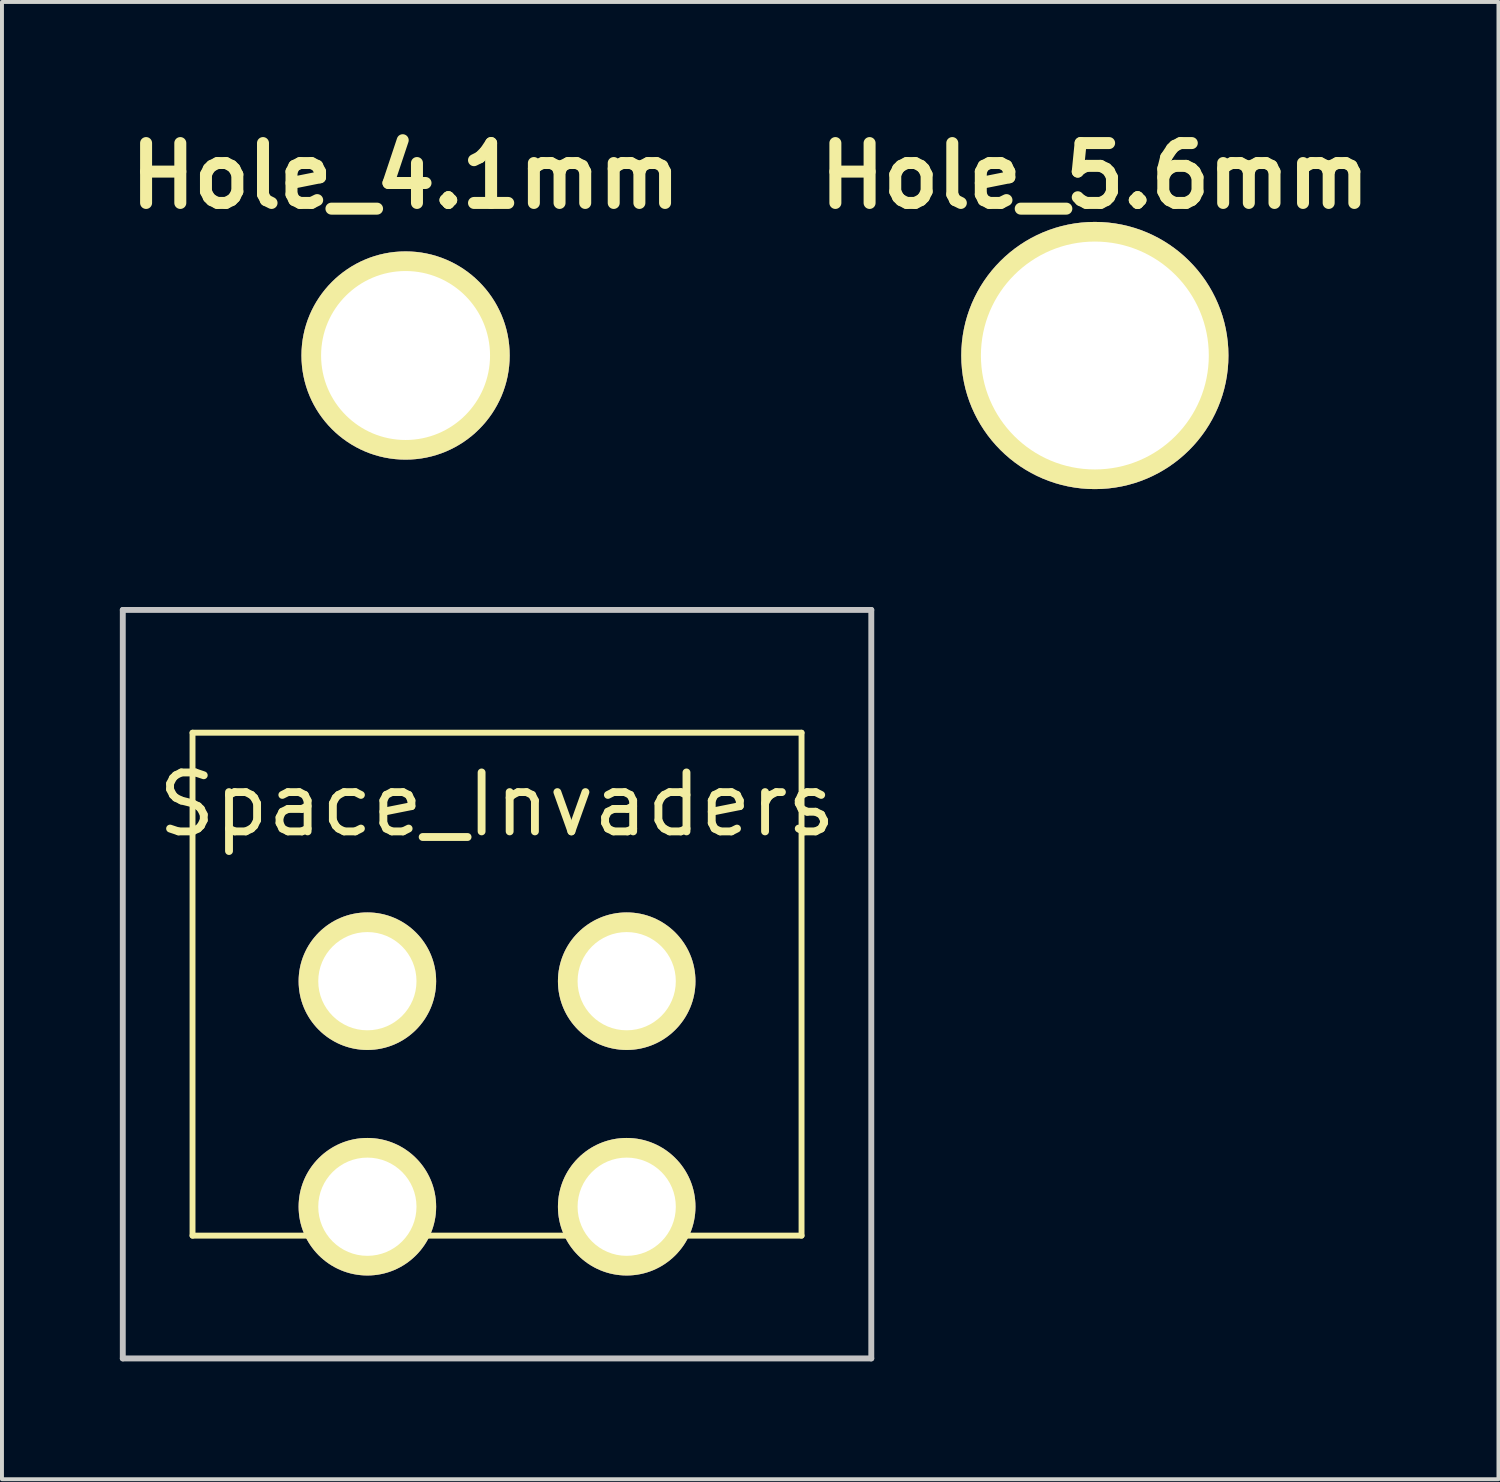
<source format=kicad_pcb>
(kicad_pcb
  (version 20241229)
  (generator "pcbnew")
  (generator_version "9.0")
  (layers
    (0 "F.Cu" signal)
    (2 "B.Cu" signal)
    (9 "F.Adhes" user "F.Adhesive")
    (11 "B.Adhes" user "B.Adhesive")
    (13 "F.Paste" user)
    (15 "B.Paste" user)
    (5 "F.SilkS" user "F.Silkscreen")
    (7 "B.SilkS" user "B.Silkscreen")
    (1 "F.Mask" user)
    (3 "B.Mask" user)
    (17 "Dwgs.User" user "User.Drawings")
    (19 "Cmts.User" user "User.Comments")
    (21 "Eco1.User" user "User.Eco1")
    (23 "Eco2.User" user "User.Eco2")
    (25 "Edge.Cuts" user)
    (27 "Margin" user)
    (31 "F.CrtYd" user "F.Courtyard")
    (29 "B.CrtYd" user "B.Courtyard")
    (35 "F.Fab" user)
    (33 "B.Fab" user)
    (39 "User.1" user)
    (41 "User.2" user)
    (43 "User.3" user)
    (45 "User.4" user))
  (footprint "Hole_5.6mm"
    (layer "F.Cu")
    (at 24.815 5.998)
    (property "Reference" "Hole_5.6mm" (at 0 -4.572 0) (layer "F.SilkS") (effects (font (size 1.524 1.524) (thickness 0.305))))
    (attr through_hole)
    (pad "1" thru_hole circle (at 0 0) (size 6.8 6.8) (drill 5.8) (layers "*.Cu" "*.Mask" "F.SilkS")))
  (footprint "Hole_4.1mm"
    (layer "F.Cu")
    (at 7.272 5.998)
    (property "Reference" "Hole_4.1mm" (at 0 -4.572 0) (layer "F.SilkS") (effects (font (size 1.524 1.524) (thickness 0.305))))
    (attr through_hole)
    (pad "1" thru_hole circle (at 0 0) (size 5.3 5.3) (drill 4.3) (layers "*.Cu" "*.Mask" "F.SilkS")))
  (footprint "Space_Invaders"
    (layer "F.Cu")
    (at 12.9 21.922)
    (property "Reference" "Space_Invaders" (at -3.3 -4.496 0) (layer "F.SilkS") (effects (font (size 1.5 1.5) (thickness 0.2))))
    (attr through_hole)
    (fp_line (start -11.05 -6.324) (end -11.05 6.476) (stroke (width 0.15) (type solid)) (layer "F.SilkS"))
    (fp_line (start -11.05 -6.324) (end 4.45 -6.324) (stroke (width 0.15) (type solid)) (layer "F.SilkS"))
    (fp_line (start -11.05 6.476) (end 4.45 6.476) (stroke (width 0.15) (type solid)) (layer "F.SilkS"))
    (fp_line (start 4.45 -6.324) (end 4.45 6.476) (stroke (width 0.15) (type solid)) (layer "F.SilkS"))
    (fp_line (start -12.825 -9.449) (end 6.225 -9.449) (stroke (width 0.15) (type solid)) (layer "Dwgs.User"))
    (fp_line (start -12.825 9.601) (end -12.825 -9.449) (stroke (width 0.15) (type solid)) (layer "Dwgs.User"))
    (fp_line (start -12.825 9.601) (end 6.225 9.601) (stroke (width 0.15) (type solid)) (layer "Dwgs.User"))
    (fp_line (start 6.225 9.601) (end 6.225 -9.449) (stroke (width 0.15) (type solid)) (layer "Dwgs.User"))
    (pad "1" thru_hole circle (at -6.6 0) (size 3.5 3.5) (drill 2.5) (layers "*.Cu" "*.Mask" "F.SilkS"))
    (pad "1" thru_hole circle (at -6.6 5.74) (size 3.5 3.5) (drill 2.5) (layers "*.Cu" "*.Mask" "F.SilkS"))
    (pad "2" thru_hole circle (at 0 0) (size 3.5 3.5) (drill 2.5) (layers "*.Cu" "*.Mask" "F.SilkS"))
    (pad "2" thru_hole circle (at 0 5.74) (size 3.5 3.5) (drill 2.5) (layers "*.Cu" "*.Mask" "F.SilkS")))
  (gr_rect
    (start -3 -3)
    (end 35.087 34.598)
    (stroke (width 0.1) (type default))
    (fill no)
    (layer "Edge.Cuts")))
</source>
